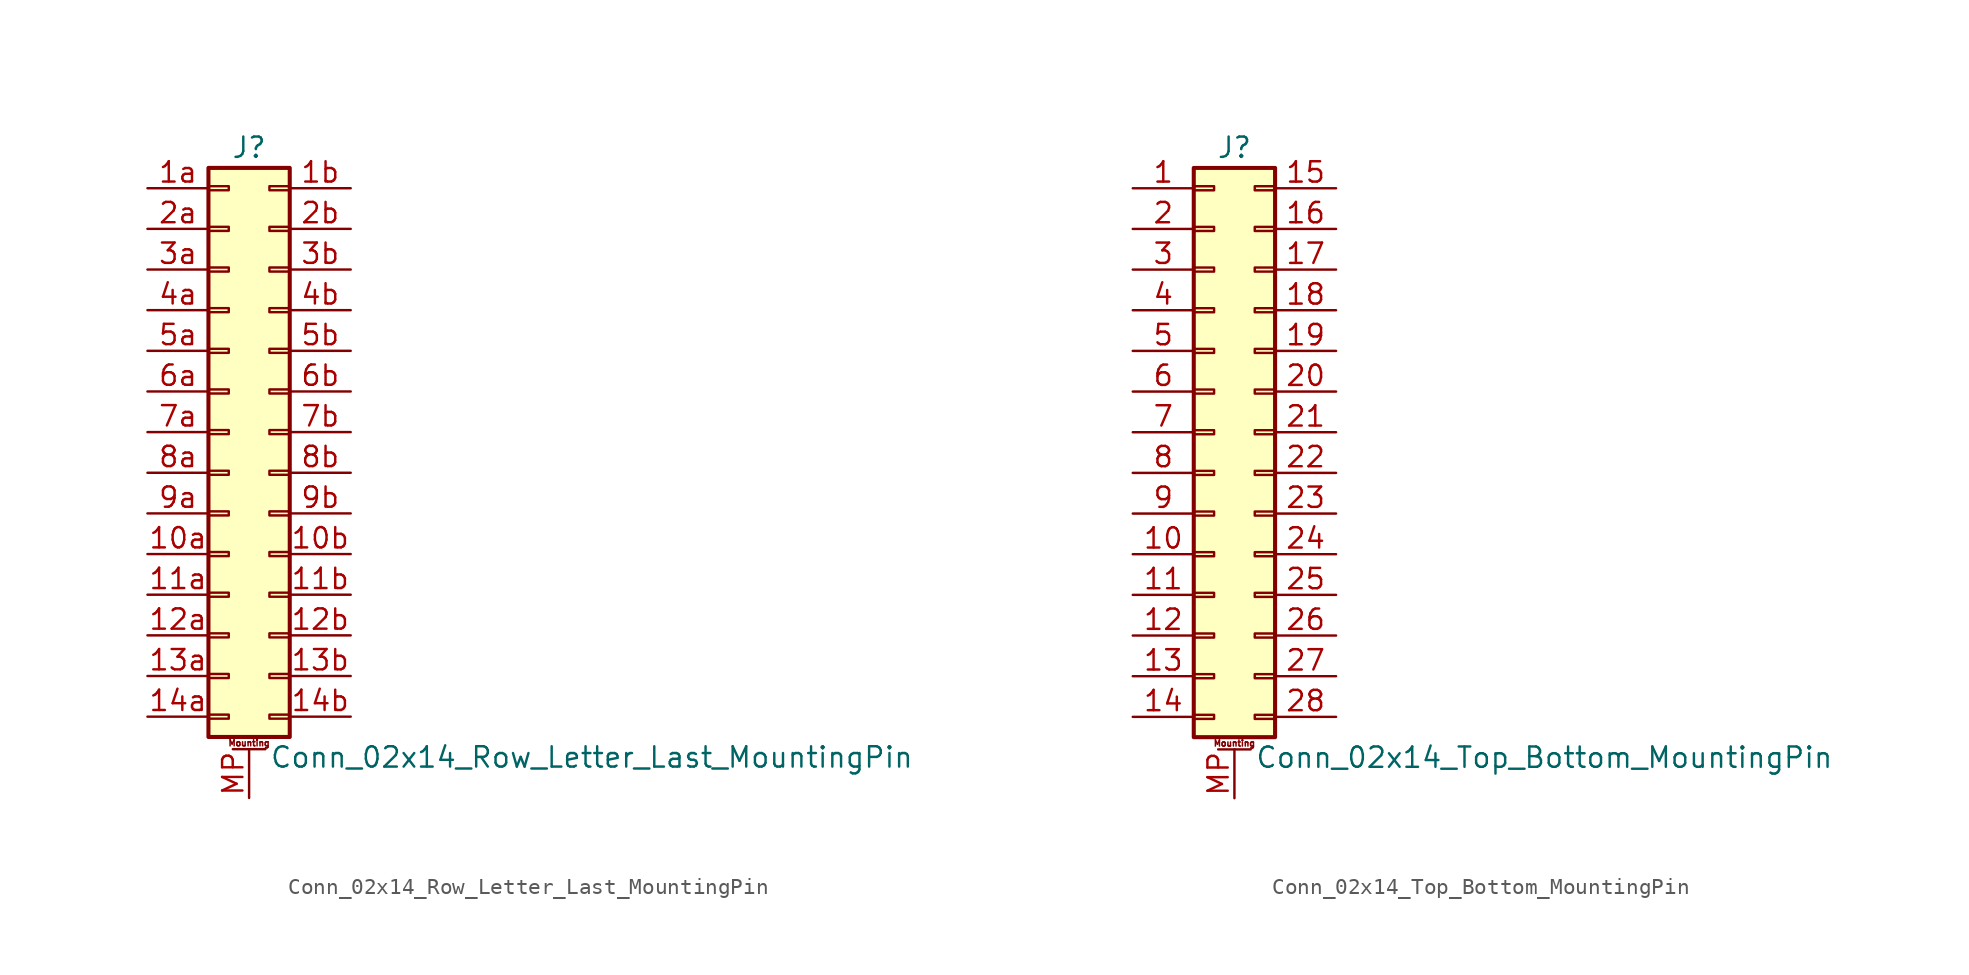
<source format=kicad_sym>
(kicad_symbol_lib
  (version 20220914)
  (generator kicad_symbol_editor)
  (symbol "Conn_02x14_Row_Letter_Last_MountingPin"
    (pin_names
      (offset 1.016) hide)
    (property "Reference" "J"
      (at 1.27 17.78 0)
      (effects (font (size 1.27 1.27))))
    (property "Value" "Conn_02x14_Row_Letter_Last_MountingPin"
      (at 2.54 -20.32 0)
      (effects (font (size 1.27 1.27)) (justify left)))
    (symbol "Conn_02x14_Row_Letter_Last_MountingPin_1_1"
      (rectangle (start -1.27 -17.653) (end 0 -17.907) (stroke (width 0.152) (type default)) (fill (type none)))
      (rectangle (start -1.27 -15.113) (end 0 -15.367) (stroke (width 0.152) (type default)) (fill (type none)))
      (rectangle (start -1.27 -12.573) (end 0 -12.827) (stroke (width 0.152) (type default)) (fill (type none)))
      (rectangle (start -1.27 -10.033) (end 0 -10.287) (stroke (width 0.152) (type default)) (fill (type none)))
      (rectangle (start -1.27 -7.493) (end 0 -7.747) (stroke (width 0.152) (type default)) (fill (type none)))
      (rectangle (start -1.27 -4.953) (end 0 -5.207) (stroke (width 0.152) (type default)) (fill (type none)))
      (rectangle (start -1.27 -2.413) (end 0 -2.667) (stroke (width 0.152) (type default)) (fill (type none)))
      (rectangle (start -1.27 0.127) (end 0 -0.127) (stroke (width 0.152) (type default)) (fill (type none)))
      (rectangle (start -1.27 2.667) (end 0 2.413) (stroke (width 0.152) (type default)) (fill (type none)))
      (rectangle (start -1.27 5.207) (end 0 4.953) (stroke (width 0.152) (type default)) (fill (type none)))
      (rectangle (start -1.27 7.747) (end 0 7.493) (stroke (width 0.152) (type default)) (fill (type none)))
      (rectangle (start -1.27 10.287) (end 0 10.033) (stroke (width 0.152) (type default)) (fill (type none)))
      (rectangle (start -1.27 12.827) (end 0 12.573) (stroke (width 0.152) (type default)) (fill (type none)))
      (rectangle (start -1.27 15.367) (end 0 15.113) (stroke (width 0.152) (type default)) (fill (type none)))
      (rectangle (start -1.27 16.51) (end 3.81 -19.05) (stroke (width 0.254) (type default)) (fill (type background)))
      (polyline (pts (xy 0.254 -19.812) (xy 2.286 -19.812)) (stroke (width 0.152) (type default)) (fill (type none)))
      (rectangle (start 3.81 -17.653) (end 2.54 -17.907) (stroke (width 0.152) (type default)) (fill (type none)))
      (rectangle (start 3.81 -15.113) (end 2.54 -15.367) (stroke (width 0.152) (type default)) (fill (type none)))
      (rectangle (start 3.81 -12.573) (end 2.54 -12.827) (stroke (width 0.152) (type default)) (fill (type none)))
      (rectangle (start 3.81 -10.033) (end 2.54 -10.287) (stroke (width 0.152) (type default)) (fill (type none)))
      (rectangle (start 3.81 -7.493) (end 2.54 -7.747) (stroke (width 0.152) (type default)) (fill (type none)))
      (rectangle (start 3.81 -4.953) (end 2.54 -5.207) (stroke (width 0.152) (type default)) (fill (type none)))
      (rectangle (start 3.81 -2.413) (end 2.54 -2.667) (stroke (width 0.152) (type default)) (fill (type none)))
      (rectangle (start 3.81 0.127) (end 2.54 -0.127) (stroke (width 0.152) (type default)) (fill (type none)))
      (rectangle (start 3.81 2.667) (end 2.54 2.413) (stroke (width 0.152) (type default)) (fill (type none)))
      (rectangle (start 3.81 5.207) (end 2.54 4.953) (stroke (width 0.152) (type default)) (fill (type none)))
      (rectangle (start 3.81 7.747) (end 2.54 7.493) (stroke (width 0.152) (type default)) (fill (type none)))
      (rectangle (start 3.81 10.287) (end 2.54 10.033) (stroke (width 0.152) (type default)) (fill (type none)))
      (rectangle (start 3.81 12.827) (end 2.54 12.573) (stroke (width 0.152) (type default)) (fill (type none)))
      (rectangle (start 3.81 15.367) (end 2.54 15.113) (stroke (width 0.152) (type default)) (fill (type none)))
      (text "Mounting" (at 1.27 -19.431 0) (effects (font (size 0.381 0.381))))
      (pin passive line (at -5.08 -7.62 0) (length 3.81) (name "Pin_10a" (effects (font (size 1.27 1.27)))) (number "10a" (effects (font (size 1.27 1.27)))))
      (pin passive line (at 7.62 -7.62 180) (length 3.81) (name "Pin_10b" (effects (font (size 1.27 1.27)))) (number "10b" (effects (font (size 1.27 1.27)))))
      (pin passive line (at -5.08 -10.16 0) (length 3.81) (name "Pin_11a" (effects (font (size 1.27 1.27)))) (number "11a" (effects (font (size 1.27 1.27)))))
      (pin passive line (at 7.62 -10.16 180) (length 3.81) (name "Pin_11b" (effects (font (size 1.27 1.27)))) (number "11b" (effects (font (size 1.27 1.27)))))
      (pin passive line (at -5.08 -12.7 0) (length 3.81) (name "Pin_12a" (effects (font (size 1.27 1.27)))) (number "12a" (effects (font (size 1.27 1.27)))))
      (pin passive line (at 7.62 -12.7 180) (length 3.81) (name "Pin_12b" (effects (font (size 1.27 1.27)))) (number "12b" (effects (font (size 1.27 1.27)))))
      (pin passive line (at -5.08 -15.24 0) (length 3.81) (name "Pin_13a" (effects (font (size 1.27 1.27)))) (number "13a" (effects (font (size 1.27 1.27)))))
      (pin passive line (at 7.62 -15.24 180) (length 3.81) (name "Pin_13b" (effects (font (size 1.27 1.27)))) (number "13b" (effects (font (size 1.27 1.27)))))
      (pin passive line (at -5.08 -17.78 0) (length 3.81) (name "Pin_14a" (effects (font (size 1.27 1.27)))) (number "14a" (effects (font (size 1.27 1.27)))))
      (pin passive line (at 7.62 -17.78 180) (length 3.81) (name "Pin_14b" (effects (font (size 1.27 1.27)))) (number "14b" (effects (font (size 1.27 1.27)))))
      (pin passive line (at -5.08 15.24 0) (length 3.81) (name "Pin_1a" (effects (font (size 1.27 1.27)))) (number "1a" (effects (font (size 1.27 1.27)))))
      (pin passive line (at 7.62 15.24 180) (length 3.81) (name "Pin_1b" (effects (font (size 1.27 1.27)))) (number "1b" (effects (font (size 1.27 1.27)))))
      (pin passive line (at -5.08 12.7 0) (length 3.81) (name "Pin_2a" (effects (font (size 1.27 1.27)))) (number "2a" (effects (font (size 1.27 1.27)))))
      (pin passive line (at 7.62 12.7 180) (length 3.81) (name "Pin_2b" (effects (font (size 1.27 1.27)))) (number "2b" (effects (font (size 1.27 1.27)))))
      (pin passive line (at -5.08 10.16 0) (length 3.81) (name "Pin_3a" (effects (font (size 1.27 1.27)))) (number "3a" (effects (font (size 1.27 1.27)))))
      (pin passive line (at 7.62 10.16 180) (length 3.81) (name "Pin_3b" (effects (font (size 1.27 1.27)))) (number "3b" (effects (font (size 1.27 1.27)))))
      (pin passive line (at -5.08 7.62 0) (length 3.81) (name "Pin_4a" (effects (font (size 1.27 1.27)))) (number "4a" (effects (font (size 1.27 1.27)))))
      (pin passive line (at 7.62 7.62 180) (length 3.81) (name "Pin_4b" (effects (font (size 1.27 1.27)))) (number "4b" (effects (font (size 1.27 1.27)))))
      (pin passive line (at -5.08 5.08 0) (length 3.81) (name "Pin_5a" (effects (font (size 1.27 1.27)))) (number "5a" (effects (font (size 1.27 1.27)))))
      (pin passive line (at 7.62 5.08 180) (length 3.81) (name "Pin_5b" (effects (font (size 1.27 1.27)))) (number "5b" (effects (font (size 1.27 1.27)))))
      (pin passive line (at -5.08 2.54 0) (length 3.81) (name "Pin_6a" (effects (font (size 1.27 1.27)))) (number "6a" (effects (font (size 1.27 1.27)))))
      (pin passive line (at 7.62 2.54 180) (length 3.81) (name "Pin_6b" (effects (font (size 1.27 1.27)))) (number "6b" (effects (font (size 1.27 1.27)))))
      (pin passive line (at -5.08 0 0) (length 3.81) (name "Pin_7a" (effects (font (size 1.27 1.27)))) (number "7a" (effects (font (size 1.27 1.27)))))
      (pin passive line (at 7.62 0 180) (length 3.81) (name "Pin_7b" (effects (font (size 1.27 1.27)))) (number "7b" (effects (font (size 1.27 1.27)))))
      (pin passive line (at -5.08 -2.54 0) (length 3.81) (name "Pin_8a" (effects (font (size 1.27 1.27)))) (number "8a" (effects (font (size 1.27 1.27)))))
      (pin passive line (at 7.62 -2.54 180) (length 3.81) (name "Pin_8b" (effects (font (size 1.27 1.27)))) (number "8b" (effects (font (size 1.27 1.27)))))
      (pin passive line (at -5.08 -5.08 0) (length 3.81) (name "Pin_9a" (effects (font (size 1.27 1.27)))) (number "9a" (effects (font (size 1.27 1.27)))))
      (pin passive line (at 7.62 -5.08 180) (length 3.81) (name "Pin_9b" (effects (font (size 1.27 1.27)))) (number "9b" (effects (font (size 1.27 1.27)))))
      (pin passive line (at 1.27 -22.86 90) (length 3.048) (name "MountPin" (effects (font (size 1.27 1.27)))) (number "MP" (effects (font (size 1.27 1.27)))))))
  (symbol "Conn_02x14_Top_Bottom_MountingPin"
    (pin_names
      (offset 1.016) hide)
    (property "Reference" "J"
      (at 1.27 17.78 0)
      (effects (font (size 1.27 1.27))))
    (property "Value" "Conn_02x14_Top_Bottom_MountingPin"
      (at 2.54 -20.32 0)
      (effects (font (size 1.27 1.27)) (justify left)))
    (symbol "Conn_02x14_Top_Bottom_MountingPin_1_1"
      (rectangle (start -1.27 -17.653) (end 0 -17.907) (stroke (width 0.152) (type default)) (fill (type none)))
      (rectangle (start -1.27 -15.113) (end 0 -15.367) (stroke (width 0.152) (type default)) (fill (type none)))
      (rectangle (start -1.27 -12.573) (end 0 -12.827) (stroke (width 0.152) (type default)) (fill (type none)))
      (rectangle (start -1.27 -10.033) (end 0 -10.287) (stroke (width 0.152) (type default)) (fill (type none)))
      (rectangle (start -1.27 -7.493) (end 0 -7.747) (stroke (width 0.152) (type default)) (fill (type none)))
      (rectangle (start -1.27 -4.953) (end 0 -5.207) (stroke (width 0.152) (type default)) (fill (type none)))
      (rectangle (start -1.27 -2.413) (end 0 -2.667) (stroke (width 0.152) (type default)) (fill (type none)))
      (rectangle (start -1.27 0.127) (end 0 -0.127) (stroke (width 0.152) (type default)) (fill (type none)))
      (rectangle (start -1.27 2.667) (end 0 2.413) (stroke (width 0.152) (type default)) (fill (type none)))
      (rectangle (start -1.27 5.207) (end 0 4.953) (stroke (width 0.152) (type default)) (fill (type none)))
      (rectangle (start -1.27 7.747) (end 0 7.493) (stroke (width 0.152) (type default)) (fill (type none)))
      (rectangle (start -1.27 10.287) (end 0 10.033) (stroke (width 0.152) (type default)) (fill (type none)))
      (rectangle (start -1.27 12.827) (end 0 12.573) (stroke (width 0.152) (type default)) (fill (type none)))
      (rectangle (start -1.27 15.367) (end 0 15.113) (stroke (width 0.152) (type default)) (fill (type none)))
      (rectangle (start -1.27 16.51) (end 3.81 -19.05) (stroke (width 0.254) (type default)) (fill (type background)))
      (polyline (pts (xy 0.254 -19.812) (xy 2.286 -19.812)) (stroke (width 0.152) (type default)) (fill (type none)))
      (rectangle (start 3.81 -17.653) (end 2.54 -17.907) (stroke (width 0.152) (type default)) (fill (type none)))
      (rectangle (start 3.81 -15.113) (end 2.54 -15.367) (stroke (width 0.152) (type default)) (fill (type none)))
      (rectangle (start 3.81 -12.573) (end 2.54 -12.827) (stroke (width 0.152) (type default)) (fill (type none)))
      (rectangle (start 3.81 -10.033) (end 2.54 -10.287) (stroke (width 0.152) (type default)) (fill (type none)))
      (rectangle (start 3.81 -7.493) (end 2.54 -7.747) (stroke (width 0.152) (type default)) (fill (type none)))
      (rectangle (start 3.81 -4.953) (end 2.54 -5.207) (stroke (width 0.152) (type default)) (fill (type none)))
      (rectangle (start 3.81 -2.413) (end 2.54 -2.667) (stroke (width 0.152) (type default)) (fill (type none)))
      (rectangle (start 3.81 0.127) (end 2.54 -0.127) (stroke (width 0.152) (type default)) (fill (type none)))
      (rectangle (start 3.81 2.667) (end 2.54 2.413) (stroke (width 0.152) (type default)) (fill (type none)))
      (rectangle (start 3.81 5.207) (end 2.54 4.953) (stroke (width 0.152) (type default)) (fill (type none)))
      (rectangle (start 3.81 7.747) (end 2.54 7.493) (stroke (width 0.152) (type default)) (fill (type none)))
      (rectangle (start 3.81 10.287) (end 2.54 10.033) (stroke (width 0.152) (type default)) (fill (type none)))
      (rectangle (start 3.81 12.827) (end 2.54 12.573) (stroke (width 0.152) (type default)) (fill (type none)))
      (rectangle (start 3.81 15.367) (end 2.54 15.113) (stroke (width 0.152) (type default)) (fill (type none)))
      (text "Mounting" (at 1.27 -19.431 0) (effects (font (size 0.381 0.381))))
      (pin passive line (at -5.08 15.24 0) (length 3.81) (name "Pin_1" (effects (font (size 1.27 1.27)))) (number "1" (effects (font (size 1.27 1.27)))))
      (pin passive line (at -5.08 -7.62 0) (length 3.81) (name "Pin_10" (effects (font (size 1.27 1.27)))) (number "10" (effects (font (size 1.27 1.27)))))
      (pin passive line (at -5.08 -10.16 0) (length 3.81) (name "Pin_11" (effects (font (size 1.27 1.27)))) (number "11" (effects (font (size 1.27 1.27)))))
      (pin passive line (at -5.08 -12.7 0) (length 3.81) (name "Pin_12" (effects (font (size 1.27 1.27)))) (number "12" (effects (font (size 1.27 1.27)))))
      (pin passive line (at -5.08 -15.24 0) (length 3.81) (name "Pin_13" (effects (font (size 1.27 1.27)))) (number "13" (effects (font (size 1.27 1.27)))))
      (pin passive line (at -5.08 -17.78 0) (length 3.81) (name "Pin_14" (effects (font (size 1.27 1.27)))) (number "14" (effects (font (size 1.27 1.27)))))
      (pin passive line (at 7.62 15.24 180) (length 3.81) (name "Pin_15" (effects (font (size 1.27 1.27)))) (number "15" (effects (font (size 1.27 1.27)))))
      (pin passive line (at 7.62 12.7 180) (length 3.81) (name "Pin_16" (effects (font (size 1.27 1.27)))) (number "16" (effects (font (size 1.27 1.27)))))
      (pin passive line (at 7.62 10.16 180) (length 3.81) (name "Pin_17" (effects (font (size 1.27 1.27)))) (number "17" (effects (font (size 1.27 1.27)))))
      (pin passive line (at 7.62 7.62 180) (length 3.81) (name "Pin_18" (effects (font (size 1.27 1.27)))) (number "18" (effects (font (size 1.27 1.27)))))
      (pin passive line (at 7.62 5.08 180) (length 3.81) (name "Pin_19" (effects (font (size 1.27 1.27)))) (number "19" (effects (font (size 1.27 1.27)))))
      (pin passive line (at -5.08 12.7 0) (length 3.81) (name "Pin_2" (effects (font (size 1.27 1.27)))) (number "2" (effects (font (size 1.27 1.27)))))
      (pin passive line (at 7.62 2.54 180) (length 3.81) (name "Pin_20" (effects (font (size 1.27 1.27)))) (number "20" (effects (font (size 1.27 1.27)))))
      (pin passive line (at 7.62 0 180) (length 3.81) (name "Pin_21" (effects (font (size 1.27 1.27)))) (number "21" (effects (font (size 1.27 1.27)))))
      (pin passive line (at 7.62 -2.54 180) (length 3.81) (name "Pin_22" (effects (font (size 1.27 1.27)))) (number "22" (effects (font (size 1.27 1.27)))))
      (pin passive line (at 7.62 -5.08 180) (length 3.81) (name "Pin_23" (effects (font (size 1.27 1.27)))) (number "23" (effects (font (size 1.27 1.27)))))
      (pin passive line (at 7.62 -7.62 180) (length 3.81) (name "Pin_24" (effects (font (size 1.27 1.27)))) (number "24" (effects (font (size 1.27 1.27)))))
      (pin passive line (at 7.62 -10.16 180) (length 3.81) (name "Pin_25" (effects (font (size 1.27 1.27)))) (number "25" (effects (font (size 1.27 1.27)))))
      (pin passive line (at 7.62 -12.7 180) (length 3.81) (name "Pin_26" (effects (font (size 1.27 1.27)))) (number "26" (effects (font (size 1.27 1.27)))))
      (pin passive line (at 7.62 -15.24 180) (length 3.81) (name "Pin_27" (effects (font (size 1.27 1.27)))) (number "27" (effects (font (size 1.27 1.27)))))
      (pin passive line (at 7.62 -17.78 180) (length 3.81) (name "Pin_28" (effects (font (size 1.27 1.27)))) (number "28" (effects (font (size 1.27 1.27)))))
      (pin passive line (at -5.08 10.16 0) (length 3.81) (name "Pin_3" (effects (font (size 1.27 1.27)))) (number "3" (effects (font (size 1.27 1.27)))))
      (pin passive line (at -5.08 7.62 0) (length 3.81) (name "Pin_4" (effects (font (size 1.27 1.27)))) (number "4" (effects (font (size 1.27 1.27)))))
      (pin passive line (at -5.08 5.08 0) (length 3.81) (name "Pin_5" (effects (font (size 1.27 1.27)))) (number "5" (effects (font (size 1.27 1.27)))))
      (pin passive line (at -5.08 2.54 0) (length 3.81) (name "Pin_6" (effects (font (size 1.27 1.27)))) (number "6" (effects (font (size 1.27 1.27)))))
      (pin passive line (at -5.08 0 0) (length 3.81) (name "Pin_7" (effects (font (size 1.27 1.27)))) (number "7" (effects (font (size 1.27 1.27)))))
      (pin passive line (at -5.08 -2.54 0) (length 3.81) (name "Pin_8" (effects (font (size 1.27 1.27)))) (number "8" (effects (font (size 1.27 1.27)))))
      (pin passive line (at -5.08 -5.08 0) (length 3.81) (name "Pin_9" (effects (font (size 1.27 1.27)))) (number "9" (effects (font (size 1.27 1.27)))))
      (pin passive line (at 1.27 -22.86 90) (length 3.048) (name "MountPin" (effects (font (size 1.27 1.27)))) (number "MP" (effects (font (size 1.27 1.27))))))))
</source>
